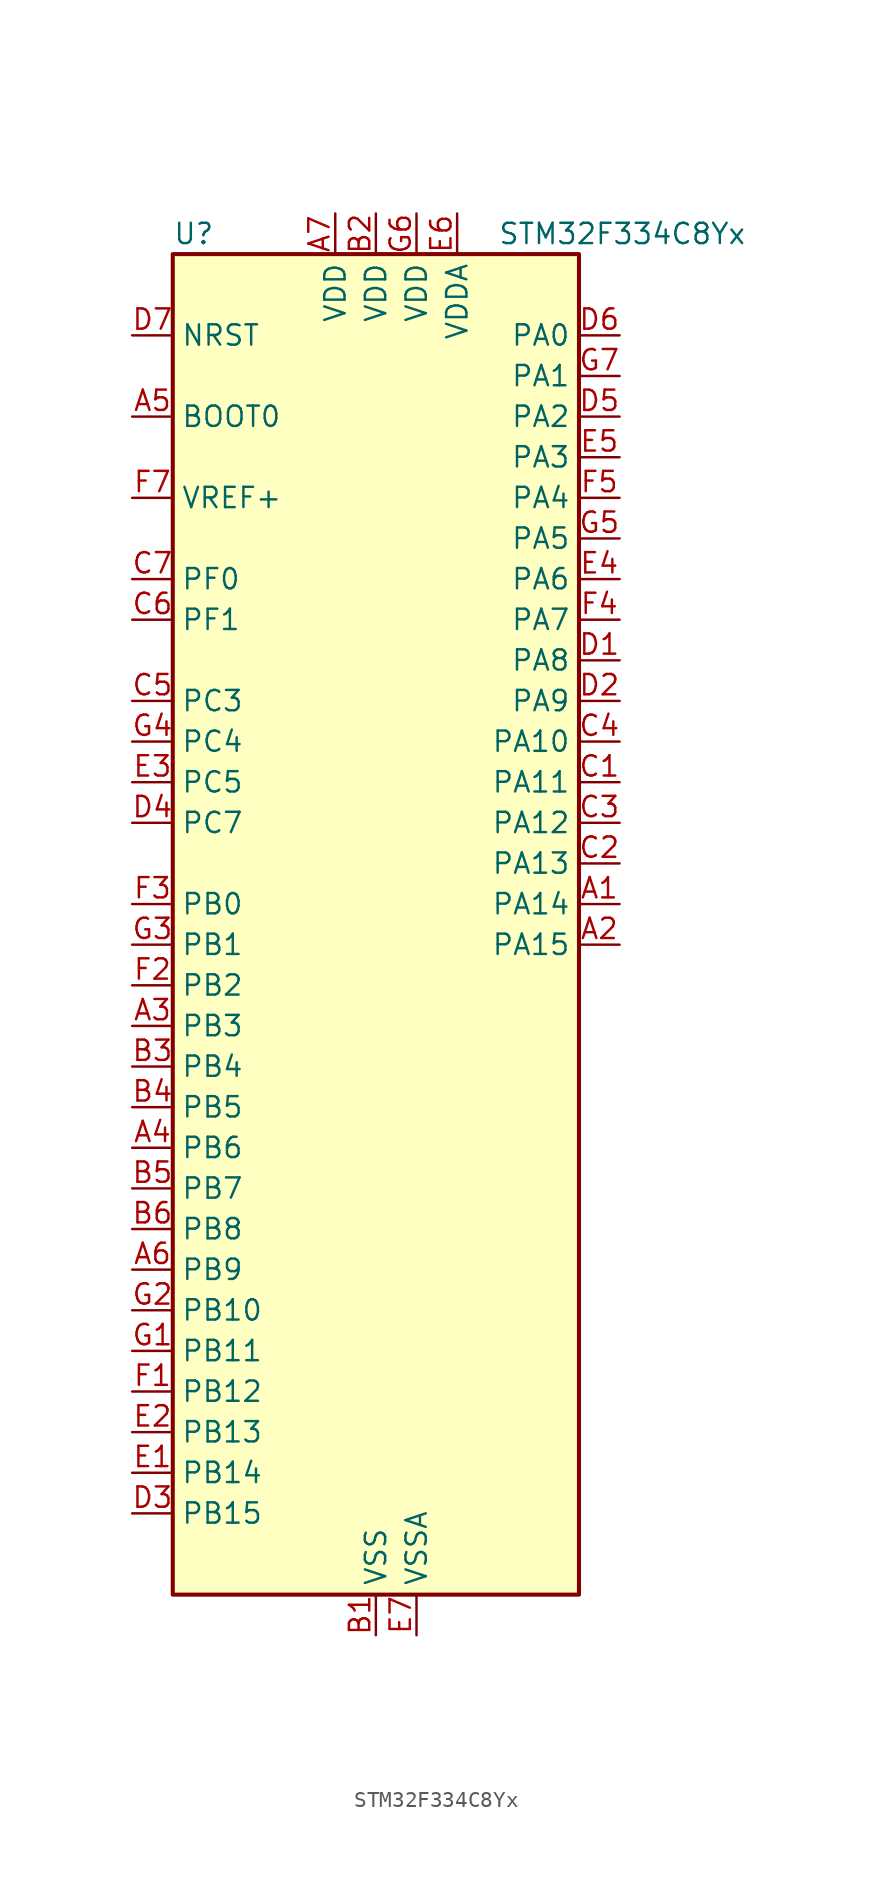
<source format=kicad_sym>
(kicad_symbol_lib
  (version 20241209)
  (generator "kicad_symbol_editor")
  (generator_version "9.0")
  (symbol "STM32F334C8Yx"
    (property "Reference" "U"
      (at -12.7 44.45 0)
      (effects (font (size 1.27 1.27)) (justify left)))
    (property "Value" "STM32F334C8Yx"
      (at 7.62 44.45 0)
      (effects (font (size 1.27 1.27)) (justify left)))
    (symbol "STM32F334C8Yx_0_1"
      (rectangle (start -12.7 -40.64) (end 12.7 43.18) (stroke (width 0.254) (type default)) (fill (type background))))
    (symbol "STM32F334C8Yx_1_1"
      (pin input line (at -15.24 38.1 0) (length 2.54) (name "NRST" (effects (font (size 1.27 1.27)))) (number "D7" (effects (font (size 1.27 1.27)))))
      (pin input line (at -15.24 33.02 0) (length 2.54) (name "BOOT0" (effects (font (size 1.27 1.27)))) (number "A5" (effects (font (size 1.27 1.27)))))
      (pin input line (at -15.24 27.94 0) (length 2.54) (name "VREF+" (effects (font (size 1.27 1.27)))) (number "F7" (effects (font (size 1.27 1.27)))))
      (pin bidirectional line (at -15.24 22.86 0) (length 2.54) (name "PF0" (effects (font (size 1.27 1.27)))) (number "C7" (effects (font (size 1.27 1.27)))) (alternate "RCC_OSC_IN" bidirectional line) (alternate "TIM1_CH3N" bidirectional line))
      (pin bidirectional line (at -15.24 20.32 0) (length 2.54) (name "PF1" (effects (font (size 1.27 1.27)))) (number "C6" (effects (font (size 1.27 1.27)))) (alternate "RCC_OSC_OUT" bidirectional line))
      (pin bidirectional line (at -15.24 15.24 0) (length 2.54) (name "PC3" (effects (font (size 1.27 1.27)))) (number "C5" (effects (font (size 1.27 1.27)))) (alternate "ADC1_IN9" bidirectional line) (alternate "ADC2_IN9" bidirectional line) (alternate "TIM1_BKIN2" bidirectional line) (alternate "TIM1_CH4" bidirectional line))
      (pin bidirectional line (at -15.24 12.7 0) (length 2.54) (name "PC4" (effects (font (size 1.27 1.27)))) (number "G4" (effects (font (size 1.27 1.27)))) (alternate "ADC2_IN5" bidirectional line) (alternate "TIM1_ETR" bidirectional line) (alternate "USART1_TX" bidirectional line))
      (pin bidirectional line (at -15.24 10.16 0) (length 2.54) (name "PC5" (effects (font (size 1.27 1.27)))) (number "E3" (effects (font (size 1.27 1.27)))) (alternate "ADC2_IN11" bidirectional line) (alternate "OPAMP2_VINM" bidirectional line) (alternate "OPAMP2_VINM_SEC" bidirectional line) (alternate "TIM15_BKIN" bidirectional line) (alternate "TSC_G3_IO1" bidirectional line) (alternate "USART1_RX" bidirectional line))
      (pin bidirectional line (at -15.24 7.62 0) (length 2.54) (name "PC7" (effects (font (size 1.27 1.27)))) (number "D4" (effects (font (size 1.27 1.27)))) (alternate "HRTIM1_FLT5" bidirectional line) (alternate "TIM3_CH2" bidirectional line))
      (pin bidirectional line (at -15.24 2.54 0) (length 2.54) (name "PB0" (effects (font (size 1.27 1.27)))) (number "F3" (effects (font (size 1.27 1.27)))) (alternate "ADC1_IN11" bidirectional line) (alternate "COMP4_INP" bidirectional line) (alternate "OPAMP2_VINP" bidirectional line) (alternate "OPAMP2_VINP_SEC" bidirectional line) (alternate "TIM1_CH2N" bidirectional line) (alternate "TIM3_CH3" bidirectional line) (alternate "TSC_G3_IO2" bidirectional line))
      (pin bidirectional line (at -15.24 0 0) (length 2.54) (name "PB1" (effects (font (size 1.27 1.27)))) (number "G3" (effects (font (size 1.27 1.27)))) (alternate "ADC1_IN12" bidirectional line) (alternate "COMP4_OUT" bidirectional line) (alternate "HRTIM1_SCOUT" bidirectional line) (alternate "TIM1_CH3N" bidirectional line) (alternate "TIM3_CH4" bidirectional line) (alternate "TSC_G3_IO3" bidirectional line))
      (pin bidirectional line (at -15.24 -2.54 0) (length 2.54) (name "PB2" (effects (font (size 1.27 1.27)))) (number "F2" (effects (font (size 1.27 1.27)))) (alternate "ADC2_IN12" bidirectional line) (alternate "COMP4_INM" bidirectional line) (alternate "HRTIM1_SCIN" bidirectional line) (alternate "TSC_G3_IO4" bidirectional line))
      (pin bidirectional line (at -15.24 -5.08 0) (length 2.54) (name "PB3" (effects (font (size 1.27 1.27)))) (number "A3" (effects (font (size 1.27 1.27)))) (alternate "HRTIM1_EEV9" bidirectional line) (alternate "HRTIM1_SCOUT" bidirectional line) (alternate "SPI1_SCK" bidirectional line) (alternate "SYS_JTDO-TRACESWO" bidirectional line) (alternate "TIM2_CH2" bidirectional line) (alternate "TIM3_ETR" bidirectional line) (alternate "TSC_G5_IO1" bidirectional line) (alternate "USART2_TX" bidirectional line))
      (pin bidirectional line (at -15.24 -7.62 0) (length 2.54) (name "PB4" (effects (font (size 1.27 1.27)))) (number "B3" (effects (font (size 1.27 1.27)))) (alternate "HRTIM1_EEV7" bidirectional line) (alternate "SPI1_MISO" bidirectional line) (alternate "SYS_NJTRST" bidirectional line) (alternate "TIM16_CH1" bidirectional line) (alternate "TIM17_BKIN" bidirectional line) (alternate "TIM3_CH1" bidirectional line) (alternate "TSC_G5_IO2" bidirectional line) (alternate "USART2_RX" bidirectional line))
      (pin bidirectional line (at -15.24 -10.16 0) (length 2.54) (name "PB5" (effects (font (size 1.27 1.27)))) (number "B4" (effects (font (size 1.27 1.27)))) (alternate "HRTIM1_EEV6" bidirectional line) (alternate "I2C1_SMBA" bidirectional line) (alternate "SPI1_MOSI" bidirectional line) (alternate "TIM16_BKIN" bidirectional line) (alternate "TIM17_CH1" bidirectional line) (alternate "TIM3_CH2" bidirectional line) (alternate "USART2_CK" bidirectional line))
      (pin bidirectional line (at -15.24 -12.7 0) (length 2.54) (name "PB6" (effects (font (size 1.27 1.27)))) (number "A4" (effects (font (size 1.27 1.27)))) (alternate "HRTIM1_EEV4" bidirectional line) (alternate "HRTIM1_SCIN" bidirectional line) (alternate "I2C1_SCL" bidirectional line) (alternate "TIM16_CH1N" bidirectional line) (alternate "TSC_G5_IO3" bidirectional line) (alternate "USART1_TX" bidirectional line))
      (pin bidirectional line (at -15.24 -15.24 0) (length 2.54) (name "PB7" (effects (font (size 1.27 1.27)))) (number "B5" (effects (font (size 1.27 1.27)))) (alternate "HRTIM1_EEV3" bidirectional line) (alternate "I2C1_SDA" bidirectional line) (alternate "TIM17_CH1N" bidirectional line) (alternate "TIM3_CH4" bidirectional line) (alternate "TSC_G5_IO4" bidirectional line) (alternate "USART1_RX" bidirectional line))
      (pin bidirectional line (at -15.24 -17.78 0) (length 2.54) (name "PB8" (effects (font (size 1.27 1.27)))) (number "B6" (effects (font (size 1.27 1.27)))) (alternate "CAN_RX" bidirectional line) (alternate "HRTIM1_EEV8" bidirectional line) (alternate "I2C1_SCL" bidirectional line) (alternate "TIM16_CH1" bidirectional line) (alternate "TIM1_BKIN" bidirectional line) (alternate "TSC_SYNC" bidirectional line) (alternate "USART3_RX" bidirectional line))
      (pin bidirectional line (at -15.24 -20.32 0) (length 2.54) (name "PB9" (effects (font (size 1.27 1.27)))) (number "A6" (effects (font (size 1.27 1.27)))) (alternate "CAN_TX" bidirectional line) (alternate "COMP2_OUT" bidirectional line) (alternate "DAC1_EXTI9" bidirectional line) (alternate "DAC2_EXTI9" bidirectional line) (alternate "HRTIM1_EEV5" bidirectional line) (alternate "I2C1_SDA" bidirectional line) (alternate "IR_OUT" bidirectional line) (alternate "TIM17_CH1" bidirectional line) (alternate "USART3_TX" bidirectional line))
      (pin bidirectional line (at -15.24 -22.86 0) (length 2.54) (name "PB10" (effects (font (size 1.27 1.27)))) (number "G2" (effects (font (size 1.27 1.27)))) (alternate "HRTIM1_FLT3" bidirectional line) (alternate "TIM2_CH3" bidirectional line) (alternate "TSC_SYNC" bidirectional line) (alternate "USART3_TX" bidirectional line))
      (pin bidirectional line (at -15.24 -25.4 0) (length 2.54) (name "PB11" (effects (font (size 1.27 1.27)))) (number "G1" (effects (font (size 1.27 1.27)))) (alternate "ADC1_EXTI11" bidirectional line) (alternate "ADC2_EXTI11" bidirectional line) (alternate "COMP6_INP" bidirectional line) (alternate "HRTIM1_FLT4" bidirectional line) (alternate "TIM2_CH4" bidirectional line) (alternate "TSC_G6_IO1" bidirectional line) (alternate "USART3_RX" bidirectional line))
      (pin bidirectional line (at -15.24 -27.94 0) (length 2.54) (name "PB12" (effects (font (size 1.27 1.27)))) (number "F1" (effects (font (size 1.27 1.27)))) (alternate "ADC2_IN13" bidirectional line) (alternate "HRTIM1_CHC1" bidirectional line) (alternate "TIM1_BKIN" bidirectional line) (alternate "TSC_G6_IO2" bidirectional line) (alternate "USART3_CK" bidirectional line))
      (pin bidirectional line (at -15.24 -30.48 0) (length 2.54) (name "PB13" (effects (font (size 1.27 1.27)))) (number "E2" (effects (font (size 1.27 1.27)))) (alternate "ADC1_IN13" bidirectional line) (alternate "HRTIM1_CHC2" bidirectional line) (alternate "TIM1_CH1N" bidirectional line) (alternate "TSC_G6_IO3" bidirectional line) (alternate "USART3_CTS" bidirectional line))
      (pin bidirectional line (at -15.24 -33.02 0) (length 2.54) (name "PB14" (effects (font (size 1.27 1.27)))) (number "E1" (effects (font (size 1.27 1.27)))) (alternate "ADC2_IN14" bidirectional line) (alternate "HRTIM1_CHD1" bidirectional line) (alternate "OPAMP2_VINP" bidirectional line) (alternate "OPAMP2_VINP_SEC" bidirectional line) (alternate "TIM15_CH1" bidirectional line) (alternate "TIM1_CH2N" bidirectional line) (alternate "TSC_G6_IO4" bidirectional line) (alternate "USART3_DE" bidirectional line) (alternate "USART3_RTS" bidirectional line))
      (pin bidirectional line (at -15.24 -35.56 0) (length 2.54) (name "PB15" (effects (font (size 1.27 1.27)))) (number "D3" (effects (font (size 1.27 1.27)))) (alternate "ADC1_EXTI15" bidirectional line) (alternate "ADC2_EXTI15" bidirectional line) (alternate "ADC2_IN15" bidirectional line) (alternate "COMP6_INM" bidirectional line) (alternate "HRTIM1_CHD2" bidirectional line) (alternate "RTC_REFIN" bidirectional line) (alternate "TIM15_CH1N" bidirectional line) (alternate "TIM15_CH2" bidirectional line) (alternate "TIM1_CH3N" bidirectional line))
      (pin power_in line (at -2.54 45.72 270) (length 2.54) (name "VDD" (effects (font (size 1.27 1.27)))) (number "A7" (effects (font (size 1.27 1.27)))))
      (pin power_in line (at 0 45.72 270) (length 2.54) (name "VDD" (effects (font (size 1.27 1.27)))) (number "B2" (effects (font (size 1.27 1.27)))))
      (pin power_in line (at 0 -43.18 90) (length 2.54) (name "VSS" (effects (font (size 1.27 1.27)))) (number "B1" (effects (font (size 1.27 1.27)))))
      (pin passive line (at 0 -43.18 90) (length 2.54) (hide yes) (name "VSS" (effects (font (size 1.27 1.27)))) (number "B7" (effects (font (size 1.27 1.27)))))
      (pin passive line (at 0 -43.18 90) (length 2.54) (hide yes) (name "VSS" (effects (font (size 1.27 1.27)))) (number "F6" (effects (font (size 1.27 1.27)))))
      (pin power_in line (at 2.54 45.72 270) (length 2.54) (name "VDD" (effects (font (size 1.27 1.27)))) (number "G6" (effects (font (size 1.27 1.27)))))
      (pin power_in line (at 2.54 -43.18 90) (length 2.54) (name "VSSA" (effects (font (size 1.27 1.27)))) (number "E7" (effects (font (size 1.27 1.27)))))
      (pin power_in line (at 5.08 45.72 270) (length 2.54) (name "VDDA" (effects (font (size 1.27 1.27)))) (number "E6" (effects (font (size 1.27 1.27)))))
      (pin bidirectional line (at 15.24 38.1 180) (length 2.54) (name "PA0" (effects (font (size 1.27 1.27)))) (number "D6" (effects (font (size 1.27 1.27)))) (alternate "ADC1_IN1" bidirectional line) (alternate "RTC_TAMP2" bidirectional line) (alternate "SYS_WKUP1" bidirectional line) (alternate "TIM2_CH1" bidirectional line) (alternate "TIM2_ETR" bidirectional line) (alternate "TSC_G1_IO1" bidirectional line) (alternate "USART2_CTS" bidirectional line))
      (pin bidirectional line (at 15.24 35.56 180) (length 2.54) (name "PA1" (effects (font (size 1.27 1.27)))) (number "G7" (effects (font (size 1.27 1.27)))) (alternate "ADC1_IN2" bidirectional line) (alternate "RTC_REFIN" bidirectional line) (alternate "TIM15_CH1N" bidirectional line) (alternate "TIM2_CH2" bidirectional line) (alternate "TSC_G1_IO2" bidirectional line) (alternate "USART2_DE" bidirectional line) (alternate "USART2_RTS" bidirectional line))
      (pin bidirectional line (at 15.24 33.02 180) (length 2.54) (name "PA2" (effects (font (size 1.27 1.27)))) (number "D5" (effects (font (size 1.27 1.27)))) (alternate "ADC1_IN3" bidirectional line) (alternate "COMP2_INM" bidirectional line) (alternate "COMP2_OUT" bidirectional line) (alternate "TIM15_CH1" bidirectional line) (alternate "TIM2_CH3" bidirectional line) (alternate "TSC_G1_IO3" bidirectional line) (alternate "USART2_TX" bidirectional line))
      (pin bidirectional line (at 15.24 30.48 180) (length 2.54) (name "PA3" (effects (font (size 1.27 1.27)))) (number "E5" (effects (font (size 1.27 1.27)))) (alternate "ADC1_IN4" bidirectional line) (alternate "TIM15_CH2" bidirectional line) (alternate "TIM2_CH4" bidirectional line) (alternate "TSC_G1_IO4" bidirectional line) (alternate "USART2_RX" bidirectional line))
      (pin bidirectional line (at 15.24 27.94 180) (length 2.54) (name "PA4" (effects (font (size 1.27 1.27)))) (number "F5" (effects (font (size 1.27 1.27)))) (alternate "ADC2_IN1" bidirectional line) (alternate "COMP2_INM" bidirectional line) (alternate "COMP4_INM" bidirectional line) (alternate "COMP6_INM" bidirectional line) (alternate "DAC1_OUT1" bidirectional line) (alternate "SPI1_NSS" bidirectional line) (alternate "TIM3_CH2" bidirectional line) (alternate "TSC_G2_IO1" bidirectional line) (alternate "USART2_CK" bidirectional line))
      (pin bidirectional line (at 15.24 25.4 180) (length 2.54) (name "PA5" (effects (font (size 1.27 1.27)))) (number "G5" (effects (font (size 1.27 1.27)))) (alternate "ADC2_IN2" bidirectional line) (alternate "DAC1_OUT2" bidirectional line) (alternate "OPAMP2_VINM" bidirectional line) (alternate "OPAMP2_VINM_SEC" bidirectional line) (alternate "SPI1_SCK" bidirectional line) (alternate "TIM2_CH1" bidirectional line) (alternate "TIM2_ETR" bidirectional line) (alternate "TSC_G2_IO2" bidirectional line))
      (pin bidirectional line (at 15.24 22.86 180) (length 2.54) (name "PA6" (effects (font (size 1.27 1.27)))) (number "E4" (effects (font (size 1.27 1.27)))) (alternate "ADC2_IN3" bidirectional line) (alternate "DAC2_OUT1" bidirectional line) (alternate "OPAMP2_DIG" bidirectional line) (alternate "OPAMP2_VOUT" bidirectional line) (alternate "SPI1_MISO" bidirectional line) (alternate "TIM16_CH1" bidirectional line) (alternate "TIM1_BKIN" bidirectional line) (alternate "TIM3_CH1" bidirectional line) (alternate "TSC_G2_IO3" bidirectional line))
      (pin bidirectional line (at 15.24 20.32 180) (length 2.54) (name "PA7" (effects (font (size 1.27 1.27)))) (number "F4" (effects (font (size 1.27 1.27)))) (alternate "ADC2_IN4" bidirectional line) (alternate "COMP2_INP" bidirectional line) (alternate "OPAMP2_VINP" bidirectional line) (alternate "OPAMP2_VINP_SEC" bidirectional line) (alternate "SPI1_MOSI" bidirectional line) (alternate "TIM17_CH1" bidirectional line) (alternate "TIM1_CH1N" bidirectional line) (alternate "TIM3_CH2" bidirectional line) (alternate "TSC_G2_IO4" bidirectional line))
      (pin bidirectional line (at 15.24 17.78 180) (length 2.54) (name "PA8" (effects (font (size 1.27 1.27)))) (number "D1" (effects (font (size 1.27 1.27)))) (alternate "HRTIM1_CHA1" bidirectional line) (alternate "RCC_MCO" bidirectional line) (alternate "TIM1_CH1" bidirectional line) (alternate "USART1_CK" bidirectional line))
      (pin bidirectional line (at 15.24 15.24 180) (length 2.54) (name "PA9" (effects (font (size 1.27 1.27)))) (number "D2" (effects (font (size 1.27 1.27)))) (alternate "DAC1_EXTI9" bidirectional line) (alternate "DAC2_EXTI9" bidirectional line) (alternate "HRTIM1_CHA2" bidirectional line) (alternate "TIM15_BKIN" bidirectional line) (alternate "TIM1_CH2" bidirectional line) (alternate "TIM2_CH3" bidirectional line) (alternate "TSC_G4_IO1" bidirectional line) (alternate "USART1_TX" bidirectional line))
      (pin bidirectional line (at 15.24 12.7 180) (length 2.54) (name "PA10" (effects (font (size 1.27 1.27)))) (number "C4" (effects (font (size 1.27 1.27)))) (alternate "COMP6_OUT" bidirectional line) (alternate "HRTIM1_CHB1" bidirectional line) (alternate "TIM17_BKIN" bidirectional line) (alternate "TIM1_CH3" bidirectional line) (alternate "TIM2_CH4" bidirectional line) (alternate "TSC_G4_IO2" bidirectional line) (alternate "USART1_RX" bidirectional line))
      (pin bidirectional line (at 15.24 10.16 180) (length 2.54) (name "PA11" (effects (font (size 1.27 1.27)))) (number "C1" (effects (font (size 1.27 1.27)))) (alternate "ADC1_EXTI11" bidirectional line) (alternate "ADC2_EXTI11" bidirectional line) (alternate "CAN_RX" bidirectional line) (alternate "HRTIM1_CHB2" bidirectional line) (alternate "TIM1_BKIN2" bidirectional line) (alternate "TIM1_CH1N" bidirectional line) (alternate "TIM1_CH4" bidirectional line) (alternate "USART1_CTS" bidirectional line))
      (pin bidirectional line (at 15.24 7.62 180) (length 2.54) (name "PA12" (effects (font (size 1.27 1.27)))) (number "C3" (effects (font (size 1.27 1.27)))) (alternate "CAN_TX" bidirectional line) (alternate "COMP2_OUT" bidirectional line) (alternate "HRTIM1_FLT1" bidirectional line) (alternate "TIM16_CH1" bidirectional line) (alternate "TIM1_CH2N" bidirectional line) (alternate "TIM1_ETR" bidirectional line) (alternate "USART1_DE" bidirectional line) (alternate "USART1_RTS" bidirectional line))
      (pin bidirectional line (at 15.24 5.08 180) (length 2.54) (name "PA13" (effects (font (size 1.27 1.27)))) (number "C2" (effects (font (size 1.27 1.27)))) (alternate "IR_OUT" bidirectional line) (alternate "SYS_JTMS-SWDIO" bidirectional line) (alternate "TIM16_CH1N" bidirectional line) (alternate "TSC_G4_IO3" bidirectional line) (alternate "USART3_CTS" bidirectional line))
      (pin bidirectional line (at 15.24 2.54 180) (length 2.54) (name "PA14" (effects (font (size 1.27 1.27)))) (number "A1" (effects (font (size 1.27 1.27)))) (alternate "I2C1_SDA" bidirectional line) (alternate "SYS_JTCK-SWCLK" bidirectional line) (alternate "TIM1_BKIN" bidirectional line) (alternate "TSC_G4_IO4" bidirectional line) (alternate "USART2_TX" bidirectional line))
      (pin bidirectional line (at 15.24 0 180) (length 2.54) (name "PA15" (effects (font (size 1.27 1.27)))) (number "A2" (effects (font (size 1.27 1.27)))) (alternate "ADC1_EXTI15" bidirectional line) (alternate "ADC2_EXTI15" bidirectional line) (alternate "HRTIM1_FLT2" bidirectional line) (alternate "I2C1_SCL" bidirectional line) (alternate "SPI1_NSS" bidirectional line) (alternate "SYS_JTDI" bidirectional line) (alternate "TIM1_BKIN" bidirectional line) (alternate "TIM2_CH1" bidirectional line) (alternate "TIM2_ETR" bidirectional line) (alternate "TSC_SYNC" bidirectional line) (alternate "USART2_RX" bidirectional line)))))
</source>
